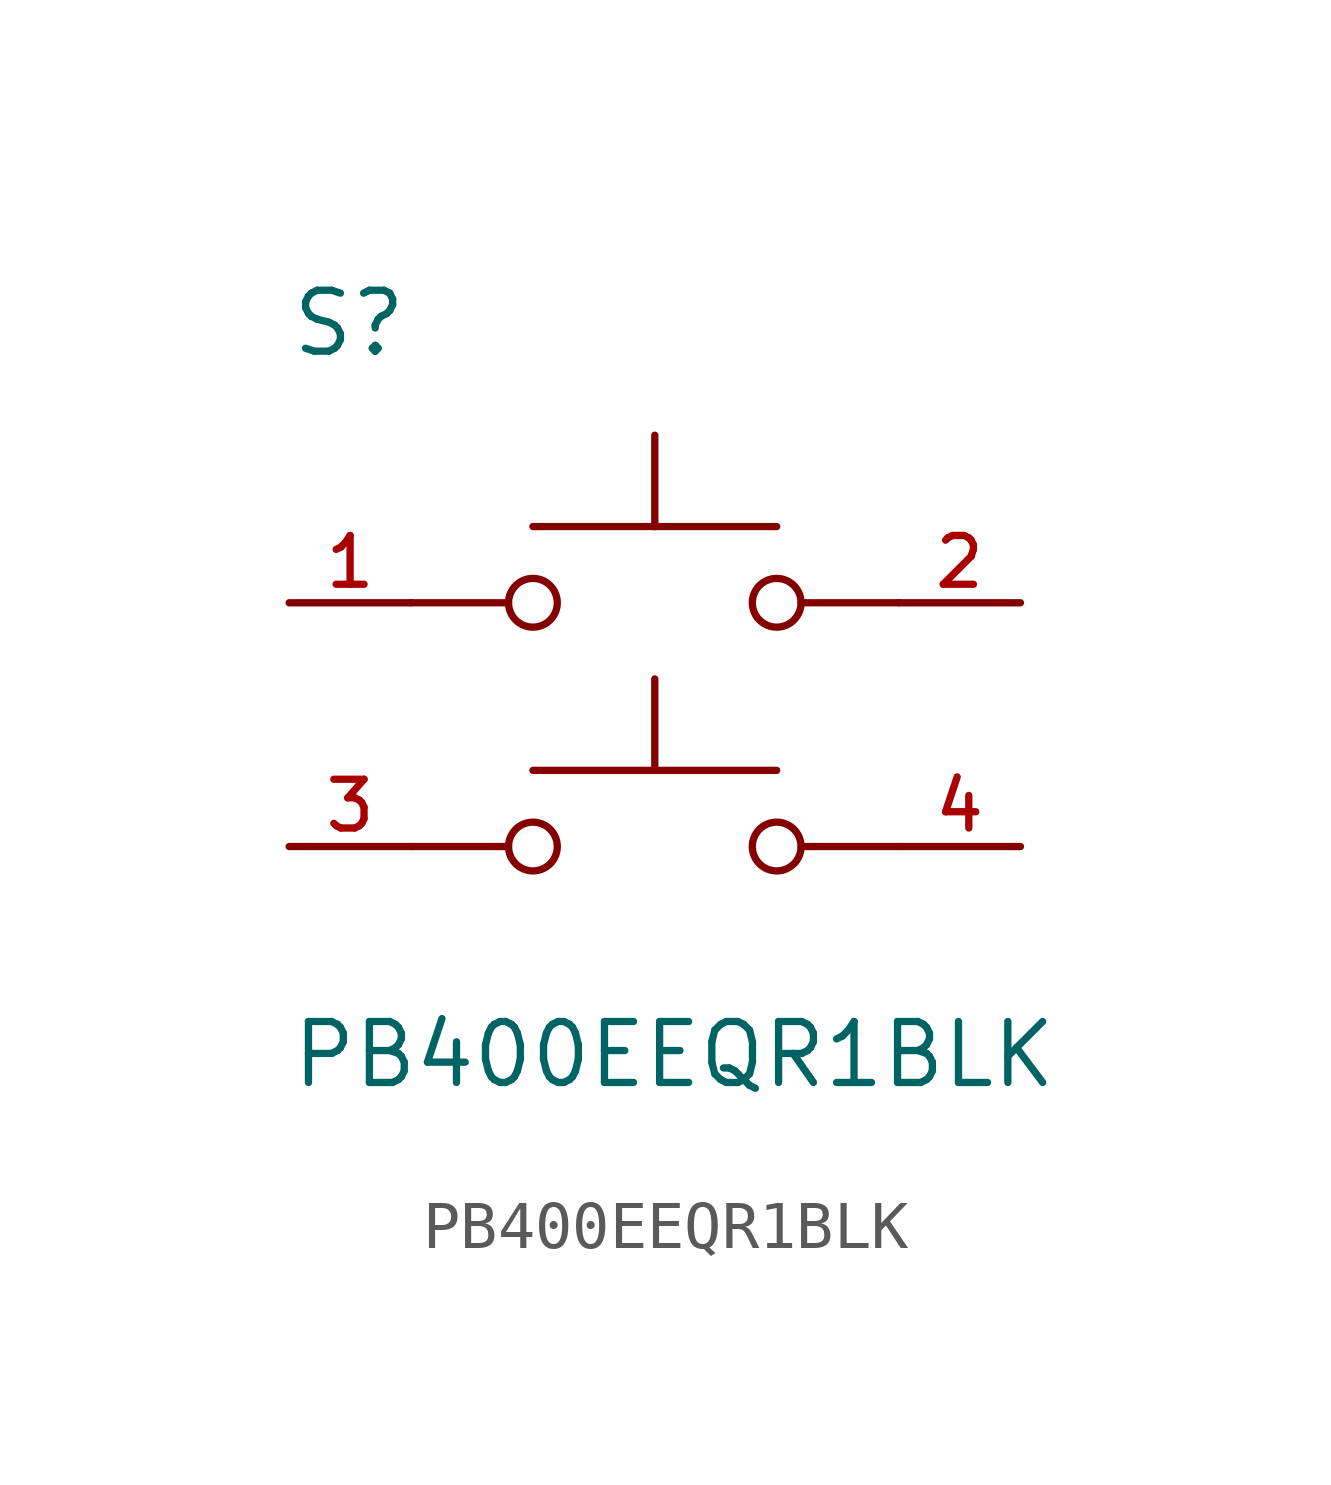
<source format=kicad_sym>
(kicad_symbol_lib
  (version 20211014)
  (generator kicad_symbol_editor)
  (symbol "PB400EEQR1BLK"
    (pin_names
      (offset 1.016))
    (property "Reference" "S"
      (at -7.62 7.62 0)
      (effects (font (size 1.27 1.27)) (justify bottom left)))
    (property "Value" "PB400EEQR1BLK"
      (at -7.62 -7.62 0)
      (effects (font (size 1.27 1.27)) (justify bottom left)))
    (symbol "PB400EEQR1BLK_0_0"
      (circle (center 2.54 2.54) (radius 0.508) (stroke (width 0.152)) (fill (type none)))
      (polyline (pts (xy 5.08 2.54) (xy 3.048 2.54)) (stroke (width 0.152)))
      (polyline (pts (xy -5.08 2.54) (xy -3.048 2.54)) (stroke (width 0.152)))
      (circle (center -2.54 2.54) (radius 0.508) (stroke (width 0.152)) (fill (type none)))
      (polyline (pts (xy -2.54 4.128) (xy 0.0 4.128)) (stroke (width 0.152)))
      (polyline (pts (xy 0.0 4.128) (xy 2.54 4.128)) (stroke (width 0.152)))
      (polyline (pts (xy 0.0 4.128) (xy 0.0 6.032)) (stroke (width 0.152)))
      (circle (center 2.54 -2.54) (radius 0.508) (stroke (width 0.152)) (fill (type none)))
      (polyline (pts (xy 5.08 -2.54) (xy 3.048 -2.54)) (stroke (width 0.152)))
      (polyline (pts (xy -5.08 -2.54) (xy -3.048 -2.54)) (stroke (width 0.152)))
      (circle (center -2.54 -2.54) (radius 0.508) (stroke (width 0.152)) (fill (type none)))
      (polyline (pts (xy -2.54 -0.953) (xy 0.0 -0.953)) (stroke (width 0.152)))
      (polyline (pts (xy 0.0 -0.953) (xy 2.54 -0.953)) (stroke (width 0.152)))
      (polyline (pts (xy 0.0 -0.953) (xy 0.0 0.953)) (stroke (width 0.152)))
      (pin passive line (at -7.62 2.54 0) (length 2.54) (name "~" (effects (font (size 1.016 1.016)))) (number "1" (effects (font (size 1.016 1.016)))))
      (pin passive line (at 7.62 2.54 180.0) (length 2.54) (name "~" (effects (font (size 1.016 1.016)))) (number "2" (effects (font (size 1.016 1.016)))))
      (pin passive line (at -7.62 -2.54 0) (length 2.54) (name "~" (effects (font (size 1.016 1.016)))) (number "3" (effects (font (size 1.016 1.016)))))
      (pin passive line (at 7.62 -2.54 180.0) (length 2.54) (name "~" (effects (font (size 1.016 1.016)))) (number "4" (effects (font (size 1.016 1.016))))))))
</source>
